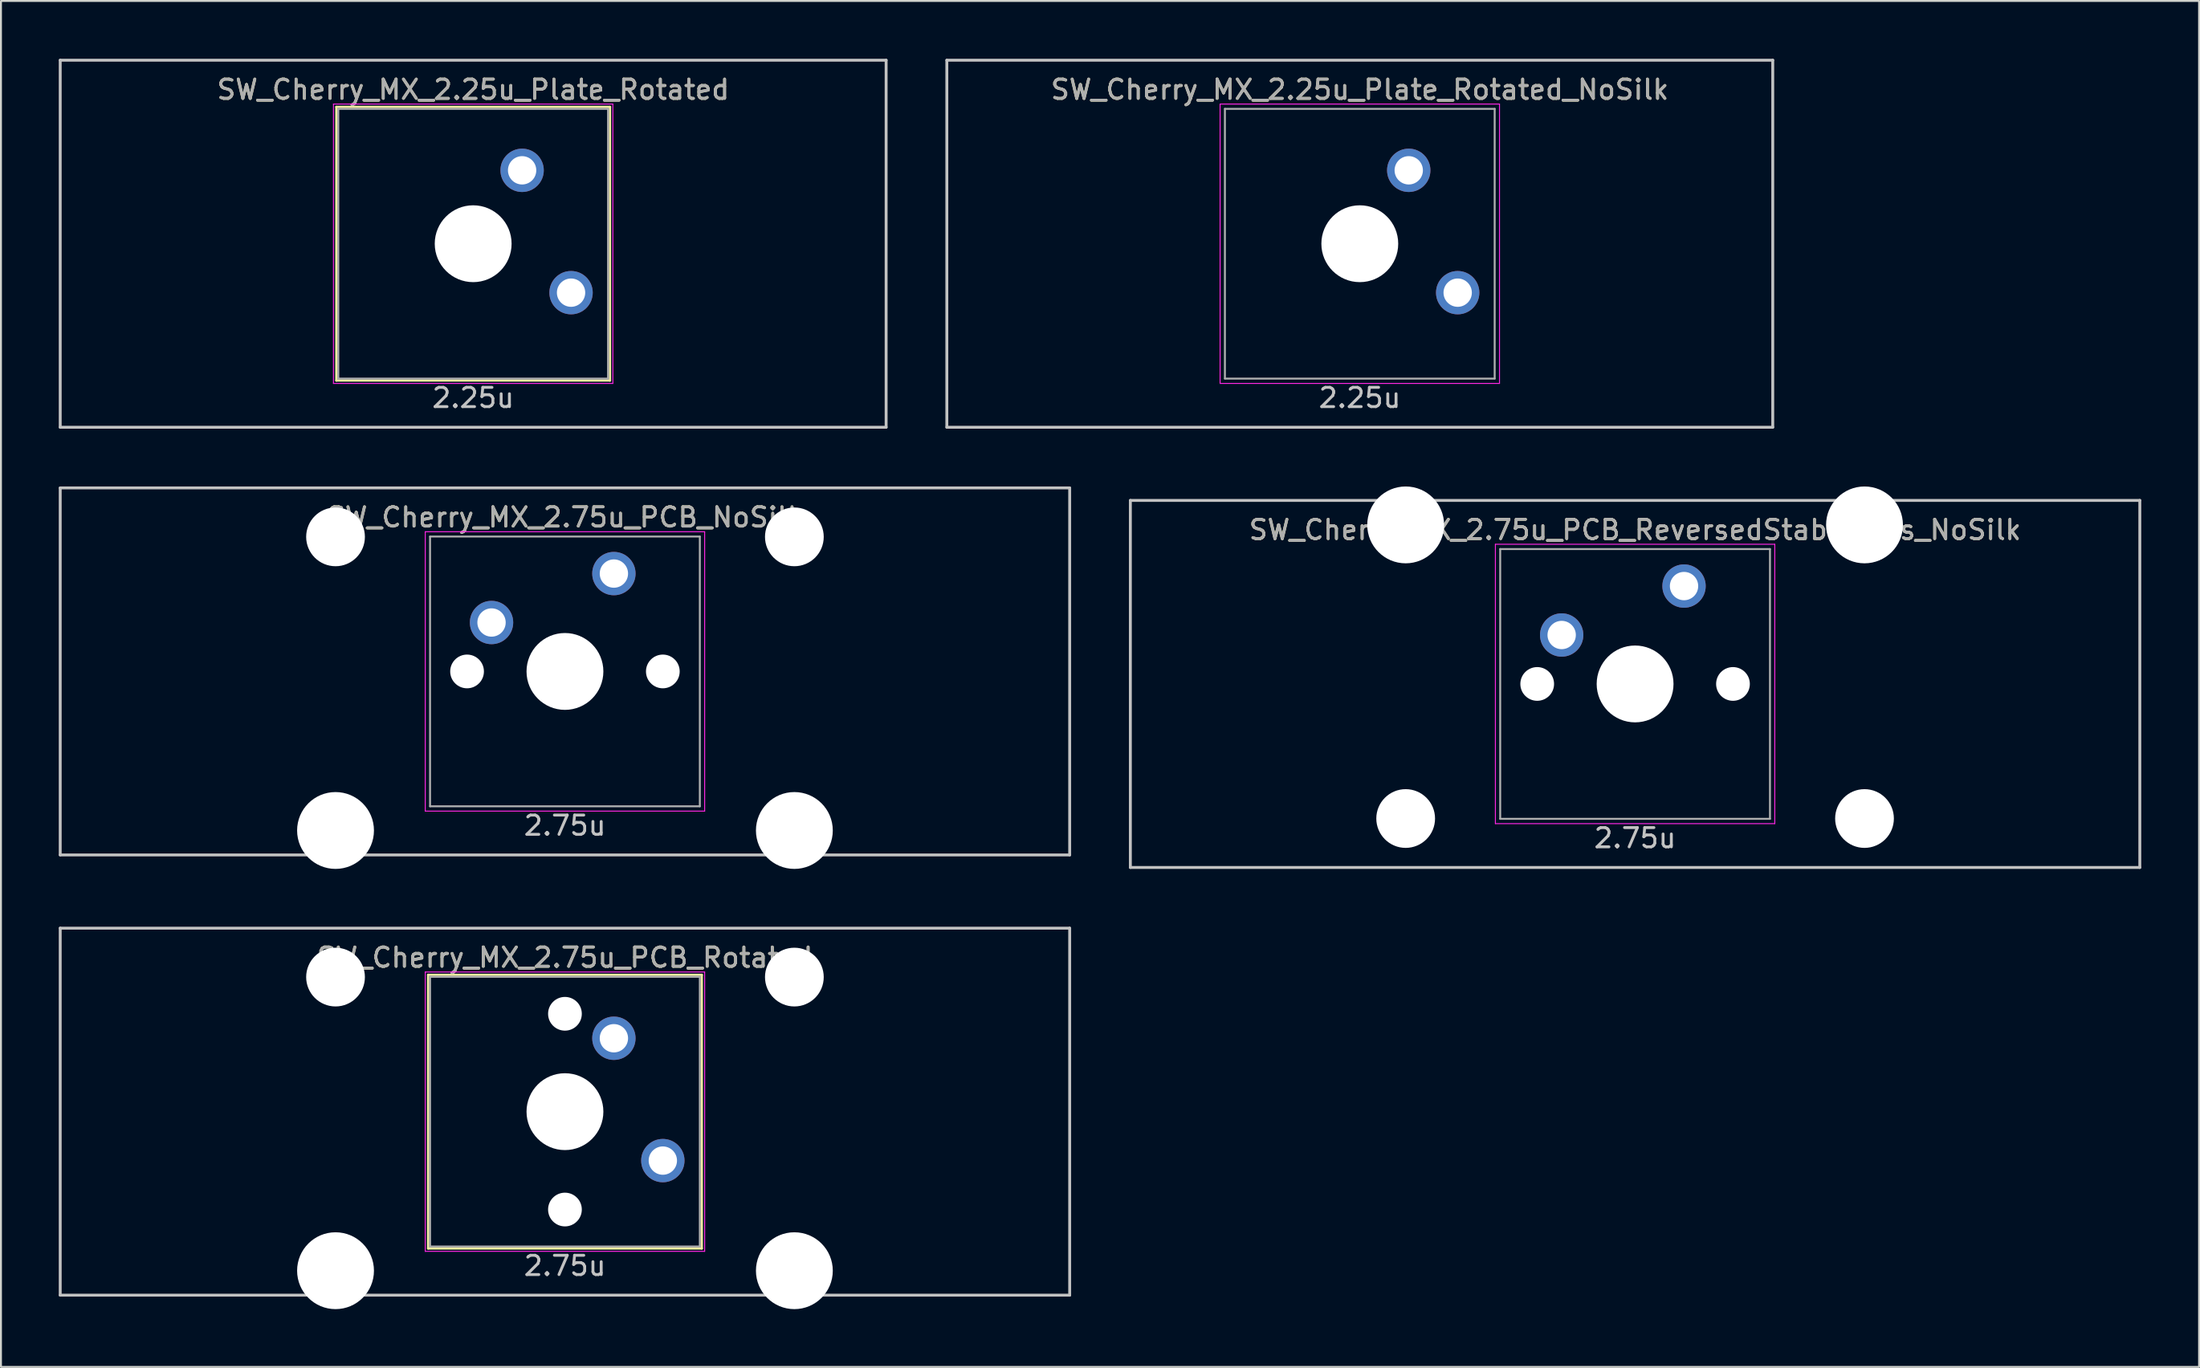
<source format=kicad_pcb>
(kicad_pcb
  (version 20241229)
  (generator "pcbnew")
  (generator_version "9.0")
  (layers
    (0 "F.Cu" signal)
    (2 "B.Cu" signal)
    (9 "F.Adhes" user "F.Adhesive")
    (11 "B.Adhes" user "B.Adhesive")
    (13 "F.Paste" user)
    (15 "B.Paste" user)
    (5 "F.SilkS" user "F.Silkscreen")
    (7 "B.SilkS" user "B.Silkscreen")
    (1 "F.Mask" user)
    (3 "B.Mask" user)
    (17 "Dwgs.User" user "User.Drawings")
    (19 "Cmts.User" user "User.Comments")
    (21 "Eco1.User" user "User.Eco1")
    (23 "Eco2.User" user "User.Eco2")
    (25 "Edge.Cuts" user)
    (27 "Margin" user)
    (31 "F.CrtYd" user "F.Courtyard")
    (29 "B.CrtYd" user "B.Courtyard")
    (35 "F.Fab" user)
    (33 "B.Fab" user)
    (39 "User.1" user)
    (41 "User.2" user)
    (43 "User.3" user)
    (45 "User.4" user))
  (footprint "SW_Cherry_MX_2.75u_PCB_Rotated"
    (layer "F.Cu")
    (at 26.269 54.649)
    (property "Reference" "SW_Cherry_MX_2.75u_PCB_Rotated" (at 0 -8 0) (layer "F.SilkS") (effects (font (size 1 1) (thickness 0.15))))
    (attr through_hole)
    (fp_line (start -7.1 -7.1) (end 7.1 -7.1) (stroke (width 0.12) (type solid)) (layer "F.SilkS"))
    (fp_line (start -7.1 7.1) (end -7.1 -7.1) (stroke (width 0.12) (type solid)) (layer "F.SilkS"))
    (fp_line (start 7.1 -7.1) (end 7.1 7.1) (stroke (width 0.12) (type solid)) (layer "F.SilkS"))
    (fp_line (start 7.1 7.1) (end -7.1 7.1) (stroke (width 0.12) (type solid)) (layer "F.SilkS"))
    (fp_line (start -26.194 -9.525) (end 26.194 -9.525) (stroke (width 0.15) (type solid)) (layer "Dwgs.User"))
    (fp_line (start -26.194 9.525) (end -26.194 -9.525) (stroke (width 0.15) (type solid)) (layer "Dwgs.User"))
    (fp_line (start -26.194 9.525) (end 26.194 9.525) (stroke (width 0.15) (type solid)) (layer "Dwgs.User"))
    (fp_line (start 26.194 -9.525) (end 26.194 9.525) (stroke (width 0.15) (type solid)) (layer "Dwgs.User"))
    (fp_line (start -7.25 -7.25) (end 7.25 -7.25) (stroke (width 0.05) (type solid)) (layer "F.CrtYd"))
    (fp_line (start -7.25 7.25) (end -7.25 -7.25) (stroke (width 0.05) (type solid)) (layer "F.CrtYd"))
    (fp_line (start 7.25 -7.25) (end 7.25 7.25) (stroke (width 0.05) (type solid)) (layer "F.CrtYd"))
    (fp_line (start 7.25 7.25) (end -7.25 7.25) (stroke (width 0.05) (type solid)) (layer "F.CrtYd"))
    (fp_line (start -7 -7) (end 7 -7) (stroke (width 0.1) (type solid)) (layer "F.Fab"))
    (fp_line (start -7 7) (end -7 -7) (stroke (width 0.1) (type solid)) (layer "F.Fab"))
    (fp_line (start 7 -7) (end 7 7) (stroke (width 0.1) (type solid)) (layer "F.Fab"))
    (fp_line (start 7 7) (end -7 7) (stroke (width 0.1) (type solid)) (layer "F.Fab"))
    (fp_text user "2.75u" (at 0 8 0) (layer "Dwgs.User") (effects (font (size 1 1) (thickness 0.15))))
    (fp_text user "${REFERENCE}" (at 0 -8 0) (layer "F.Fab") (effects (font (size 1 1) (thickness 0.15))))
    (pad "" np_thru_hole circle (at -11.906 -6.985) (size 3.048 3.048) (drill 3.048) (layers "*.Cu" "*.Mask"))
    (pad "" np_thru_hole circle (at -11.906 8.255) (size 3.988 3.988) (drill 3.988) (layers "*.Cu" "*.Mask"))
    (pad "" np_thru_hole circle (at 0 -5.08 318.1) (size 1.75 1.75) (drill 1.75) (layers "*.Cu" "*.Mask"))
    (pad "" np_thru_hole circle (at 0 0 270) (size 3.988 3.988) (drill 3.988) (layers "*.Cu" "*.Mask"))
    (pad "" np_thru_hole circle (at 0 5.08 318.1) (size 1.75 1.75) (drill 1.75) (layers "*.Cu" "*.Mask"))
    (pad "" np_thru_hole circle (at 11.906 -6.985) (size 3.048 3.048) (drill 3.048) (layers "*.Cu" "*.Mask"))
    (pad "" np_thru_hole circle (at 11.906 8.255) (size 3.988 3.988) (drill 3.988) (layers "*.Cu" "*.Mask"))
    (pad "1" thru_hole circle (at 2.54 -3.81 270) (size 2.25 2.25) (drill 1.47) (layers "*.Cu" "B.Mask"))
    (pad "2" thru_hole circle (at 5.08 2.54 270) (size 2.25 2.25) (drill 1.47) (layers "*.Cu" "B.Mask")))
  (footprint "SW_Cherry_MX_2.75u_PCB_ReversedStabilizers_NoSilk"
    (layer "F.Cu")
    (at 81.806 32.449)
    (property "Reference" "SW_Cherry_MX_2.75u_PCB_ReversedStabilizers_NoSilk" (at 0 -8 0) (layer "F.SilkS") (effects (font (size 1 1) (thickness 0.15))))
    (attr through_hole)
    (fp_line (start -26.194 -9.525) (end 26.194 -9.525) (stroke (width 0.15) (type solid)) (layer "Dwgs.User"))
    (fp_line (start -26.194 9.525) (end -26.194 -9.525) (stroke (width 0.15) (type solid)) (layer "Dwgs.User"))
    (fp_line (start -26.194 9.525) (end 26.194 9.525) (stroke (width 0.15) (type solid)) (layer "Dwgs.User"))
    (fp_line (start 26.194 -9.525) (end 26.194 9.525) (stroke (width 0.15) (type solid)) (layer "Dwgs.User"))
    (fp_line (start -7.25 -7.25) (end 7.25 -7.25) (stroke (width 0.05) (type solid)) (layer "F.CrtYd"))
    (fp_line (start -7.25 7.25) (end -7.25 -7.25) (stroke (width 0.05) (type solid)) (layer "F.CrtYd"))
    (fp_line (start 7.25 -7.25) (end 7.25 7.25) (stroke (width 0.05) (type solid)) (layer "F.CrtYd"))
    (fp_line (start 7.25 7.25) (end -7.25 7.25) (stroke (width 0.05) (type solid)) (layer "F.CrtYd"))
    (fp_line (start -7 -7) (end 7 -7) (stroke (width 0.1) (type solid)) (layer "F.Fab"))
    (fp_line (start -7 7) (end -7 -7) (stroke (width 0.1) (type solid)) (layer "F.Fab"))
    (fp_line (start 7 -7) (end 7 7) (stroke (width 0.1) (type solid)) (layer "F.Fab"))
    (fp_line (start 7 7) (end -7 7) (stroke (width 0.1) (type solid)) (layer "F.Fab"))
    (fp_text user "2.75u" (at 0 8 0) (layer "Dwgs.User") (effects (font (size 1 1) (thickness 0.15))))
    (fp_text user "${REFERENCE}" (at 0 -8 0) (layer "F.Fab") (effects (font (size 1 1) (thickness 0.15))))
    (pad "" np_thru_hole circle (at -11.906 -8.255) (size 3.988 3.988) (drill 3.988) (layers "*.Cu" "*.Mask"))
    (pad "" np_thru_hole circle (at -11.906 6.985) (size 3.048 3.048) (drill 3.048) (layers "*.Cu" "*.Mask"))
    (pad "" np_thru_hole circle (at -5.08 0 48.1) (size 1.75 1.75) (drill 1.75) (layers "*.Cu" "*.Mask"))
    (pad "" np_thru_hole circle (at 0 0) (size 3.988 3.988) (drill 3.988) (layers "*.Cu" "*.Mask"))
    (pad "" np_thru_hole circle (at 5.08 0 48.1) (size 1.75 1.75) (drill 1.75) (layers "*.Cu" "*.Mask"))
    (pad "" np_thru_hole circle (at 11.906 -8.255) (size 3.988 3.988) (drill 3.988) (layers "*.Cu" "*.Mask"))
    (pad "" np_thru_hole circle (at 11.906 6.985) (size 3.048 3.048) (drill 3.048) (layers "*.Cu" "*.Mask"))
    (pad "1" thru_hole circle (at -3.81 -2.54) (size 2.25 2.25) (drill 1.47) (layers "*.Cu" "B.Mask"))
    (pad "2" thru_hole circle (at 2.54 -5.08) (size 2.25 2.25) (drill 1.47) (layers "*.Cu" "B.Mask")))
  (footprint "SW_Cherry_MX_2.25u_Plate_Rotated"
    (layer "F.Cu")
    (at 21.506 9.6)
    (property "Reference" "SW_Cherry_MX_2.25u_Plate_Rotated" (at 0 -8 0) (layer "F.SilkS") (effects (font (size 1 1) (thickness 0.15))))
    (attr through_hole)
    (fp_line (start -7.1 -7.1) (end 7.1 -7.1) (stroke (width 0.12) (type solid)) (layer "F.SilkS"))
    (fp_line (start -7.1 7.1) (end -7.1 -7.1) (stroke (width 0.12) (type solid)) (layer "F.SilkS"))
    (fp_line (start 7.1 -7.1) (end 7.1 7.1) (stroke (width 0.12) (type solid)) (layer "F.SilkS"))
    (fp_line (start 7.1 7.1) (end -7.1 7.1) (stroke (width 0.12) (type solid)) (layer "F.SilkS"))
    (fp_line (start -21.431 9.525) (end -21.431 -9.525) (stroke (width 0.15) (type solid)) (layer "Dwgs.User"))
    (fp_line (start 21.431 -9.525) (end -21.431 -9.525) (stroke (width 0.15) (type solid)) (layer "Dwgs.User"))
    (fp_line (start 21.431 -9.525) (end 21.431 9.525) (stroke (width 0.15) (type solid)) (layer "Dwgs.User"))
    (fp_line (start 21.431 9.525) (end -21.431 9.525) (stroke (width 0.15) (type solid)) (layer "Dwgs.User"))
    (fp_line (start -7.25 -7.25) (end 7.25 -7.25) (stroke (width 0.05) (type solid)) (layer "F.CrtYd"))
    (fp_line (start -7.25 7.25) (end -7.25 -7.25) (stroke (width 0.05) (type solid)) (layer "F.CrtYd"))
    (fp_line (start 7.25 -7.25) (end 7.25 7.25) (stroke (width 0.05) (type solid)) (layer "F.CrtYd"))
    (fp_line (start 7.25 7.25) (end -7.25 7.25) (stroke (width 0.05) (type solid)) (layer "F.CrtYd"))
    (fp_line (start -7 -7) (end 7 -7) (stroke (width 0.1) (type solid)) (layer "F.Fab"))
    (fp_line (start -7 7) (end -7 -7) (stroke (width 0.1) (type solid)) (layer "F.Fab"))
    (fp_line (start 7 -7) (end 7 7) (stroke (width 0.1) (type solid)) (layer "F.Fab"))
    (fp_line (start 7 7) (end -7 7) (stroke (width 0.1) (type solid)) (layer "F.Fab"))
    (fp_text user "2.25u" (at 0 8 0) (layer "Dwgs.User") (effects (font (size 1 1) (thickness 0.15))))
    (fp_text user "${REFERENCE}" (at 0 -8 0) (layer "F.Fab") (effects (font (size 1 1) (thickness 0.15))))
    (pad "" np_thru_hole circle (at 0 0 270) (size 3.988 3.988) (drill 3.988) (layers "*.Cu" "*.Mask"))
    (pad "1" thru_hole circle (at 2.54 -3.81 270) (size 2.25 2.25) (drill 1.47) (layers "*.Cu" "B.Mask"))
    (pad "2" thru_hole circle (at 5.08 2.54 270) (size 2.25 2.25) (drill 1.47) (layers "*.Cu" "B.Mask")))
  (footprint "SW_Cherry_MX_2.25u_Plate_Rotated_NoSilk"
    (layer "F.Cu")
    (at 67.519 9.6)
    (property "Reference" "SW_Cherry_MX_2.25u_Plate_Rotated_NoSilk" (at 0 -8 0) (layer "F.SilkS") (effects (font (size 1 1) (thickness 0.15))))
    (attr through_hole)
    (fp_line (start -21.431 9.525) (end -21.431 -9.525) (stroke (width 0.15) (type solid)) (layer "Dwgs.User"))
    (fp_line (start 21.431 -9.525) (end -21.431 -9.525) (stroke (width 0.15) (type solid)) (layer "Dwgs.User"))
    (fp_line (start 21.431 -9.525) (end 21.431 9.525) (stroke (width 0.15) (type solid)) (layer "Dwgs.User"))
    (fp_line (start 21.431 9.525) (end -21.431 9.525) (stroke (width 0.15) (type solid)) (layer "Dwgs.User"))
    (fp_line (start -7.25 -7.25) (end 7.25 -7.25) (stroke (width 0.05) (type solid)) (layer "F.CrtYd"))
    (fp_line (start -7.25 7.25) (end -7.25 -7.25) (stroke (width 0.05) (type solid)) (layer "F.CrtYd"))
    (fp_line (start 7.25 -7.25) (end 7.25 7.25) (stroke (width 0.05) (type solid)) (layer "F.CrtYd"))
    (fp_line (start 7.25 7.25) (end -7.25 7.25) (stroke (width 0.05) (type solid)) (layer "F.CrtYd"))
    (fp_line (start -7 -7) (end 7 -7) (stroke (width 0.1) (type solid)) (layer "F.Fab"))
    (fp_line (start -7 7) (end -7 -7) (stroke (width 0.1) (type solid)) (layer "F.Fab"))
    (fp_line (start 7 -7) (end 7 7) (stroke (width 0.1) (type solid)) (layer "F.Fab"))
    (fp_line (start 7 7) (end -7 7) (stroke (width 0.1) (type solid)) (layer "F.Fab"))
    (fp_text user "2.25u" (at 0 8 0) (layer "Dwgs.User") (effects (font (size 1 1) (thickness 0.15))))
    (fp_text user "${REFERENCE}" (at 0 -8 0) (layer "F.Fab") (effects (font (size 1 1) (thickness 0.15))))
    (pad "" np_thru_hole circle (at 0 0 270) (size 3.988 3.988) (drill 3.988) (layers "*.Cu" "*.Mask"))
    (pad "1" thru_hole circle (at 2.54 -3.81 270) (size 2.25 2.25) (drill 1.47) (layers "*.Cu" "B.Mask"))
    (pad "2" thru_hole circle (at 5.08 2.54 270) (size 2.25 2.25) (drill 1.47) (layers "*.Cu" "B.Mask")))
  (footprint "SW_Cherry_MX_2.75u_PCB_NoSilk"
    (layer "F.Cu")
    (at 26.269 31.8)
    (property "Reference" "SW_Cherry_MX_2.75u_PCB_NoSilk" (at 0 -8 0) (layer "F.SilkS") (effects (font (size 1 1) (thickness 0.15))))
    (attr through_hole)
    (fp_line (start -26.194 -9.525) (end 26.194 -9.525) (stroke (width 0.15) (type solid)) (layer "Dwgs.User"))
    (fp_line (start -26.194 9.525) (end -26.194 -9.525) (stroke (width 0.15) (type solid)) (layer "Dwgs.User"))
    (fp_line (start -26.194 9.525) (end 26.194 9.525) (stroke (width 0.15) (type solid)) (layer "Dwgs.User"))
    (fp_line (start 26.194 -9.525) (end 26.194 9.525) (stroke (width 0.15) (type solid)) (layer "Dwgs.User"))
    (fp_line (start -7.25 -7.25) (end 7.25 -7.25) (stroke (width 0.05) (type solid)) (layer "F.CrtYd"))
    (fp_line (start -7.25 7.25) (end -7.25 -7.25) (stroke (width 0.05) (type solid)) (layer "F.CrtYd"))
    (fp_line (start 7.25 -7.25) (end 7.25 7.25) (stroke (width 0.05) (type solid)) (layer "F.CrtYd"))
    (fp_line (start 7.25 7.25) (end -7.25 7.25) (stroke (width 0.05) (type solid)) (layer "F.CrtYd"))
    (fp_line (start -7 -7) (end 7 -7) (stroke (width 0.1) (type solid)) (layer "F.Fab"))
    (fp_line (start -7 7) (end -7 -7) (stroke (width 0.1) (type solid)) (layer "F.Fab"))
    (fp_line (start 7 -7) (end 7 7) (stroke (width 0.1) (type solid)) (layer "F.Fab"))
    (fp_line (start 7 7) (end -7 7) (stroke (width 0.1) (type solid)) (layer "F.Fab"))
    (fp_text user "2.75u" (at 0 8 0) (layer "Dwgs.User") (effects (font (size 1 1) (thickness 0.15))))
    (fp_text user "${REFERENCE}" (at 0 -8 0) (layer "F.Fab") (effects (font (size 1 1) (thickness 0.15))))
    (pad "" np_thru_hole circle (at -11.906 -6.985) (size 3.048 3.048) (drill 3.048) (layers "*.Cu" "*.Mask"))
    (pad "" np_thru_hole circle (at -11.906 8.255) (size 3.988 3.988) (drill 3.988) (layers "*.Cu" "*.Mask"))
    (pad "" np_thru_hole circle (at -5.08 0 48.1) (size 1.75 1.75) (drill 1.75) (layers "*.Cu" "*.Mask"))
    (pad "" np_thru_hole circle (at 0 0) (size 3.988 3.988) (drill 3.988) (layers "*.Cu" "*.Mask"))
    (pad "" np_thru_hole circle (at 5.08 0 48.1) (size 1.75 1.75) (drill 1.75) (layers "*.Cu" "*.Mask"))
    (pad "" np_thru_hole circle (at 11.906 -6.985) (size 3.048 3.048) (drill 3.048) (layers "*.Cu" "*.Mask"))
    (pad "" np_thru_hole circle (at 11.906 8.255) (size 3.988 3.988) (drill 3.988) (layers "*.Cu" "*.Mask"))
    (pad "1" thru_hole circle (at -3.81 -2.54) (size 2.25 2.25) (drill 1.47) (layers "*.Cu" "B.Mask"))
    (pad "2" thru_hole circle (at 2.54 -5.08) (size 2.25 2.25) (drill 1.47) (layers "*.Cu" "B.Mask")))
  (gr_rect
    (start -3 -3)
    (end 111.075 67.898)
    (stroke (width 0.1) (type default))
    (fill no)
    (layer "Edge.Cuts")))
</source>
